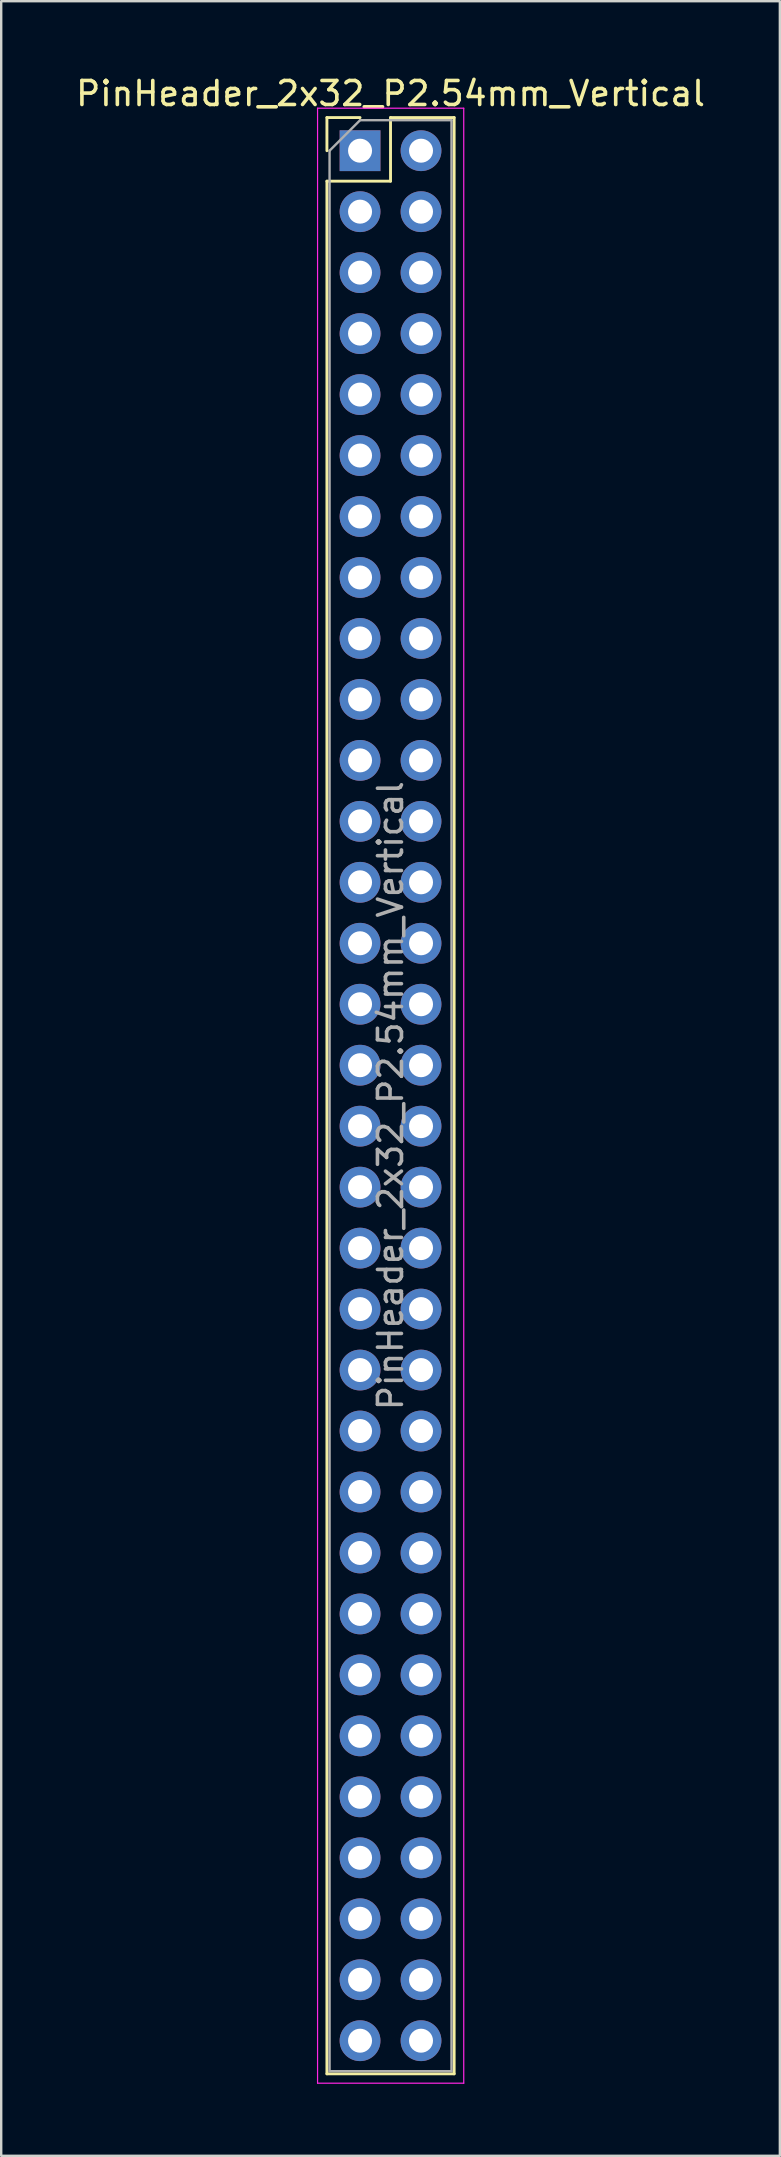
<source format=kicad_pcb>
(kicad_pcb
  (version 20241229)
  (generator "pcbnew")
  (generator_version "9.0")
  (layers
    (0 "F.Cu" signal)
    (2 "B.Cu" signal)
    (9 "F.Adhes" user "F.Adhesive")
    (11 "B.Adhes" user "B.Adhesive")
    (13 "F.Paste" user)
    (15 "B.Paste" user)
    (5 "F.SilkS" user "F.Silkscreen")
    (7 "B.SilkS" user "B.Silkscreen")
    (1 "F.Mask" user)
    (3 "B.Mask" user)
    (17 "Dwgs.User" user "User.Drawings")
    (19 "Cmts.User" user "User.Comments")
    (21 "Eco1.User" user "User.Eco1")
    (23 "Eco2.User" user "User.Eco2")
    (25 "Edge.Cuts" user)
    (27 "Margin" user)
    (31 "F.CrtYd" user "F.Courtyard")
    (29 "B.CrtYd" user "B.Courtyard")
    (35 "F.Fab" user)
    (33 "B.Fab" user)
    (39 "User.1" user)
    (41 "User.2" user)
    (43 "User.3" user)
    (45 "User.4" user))
  (footprint "PinHeader_2x32_P2.54mm_Vertical"
    (layer "F.Cu")
    (at 11.95 3.228)
    (property "Reference" "PinHeader_2x32_P2.54mm_Vertical" (at 1.27 -2.38 0) (layer "F.SilkS") (effects (font (size 1 1) (thickness 0.15))))
    (attr through_hole)
    (fp_line (start -1.38 -1.38) (end 0 -1.38) (stroke (width 0.12) (type solid)) (layer "F.SilkS"))
    (fp_line (start -1.38 0) (end -1.38 -1.38) (stroke (width 0.12) (type solid)) (layer "F.SilkS"))
    (fp_line (start -1.38 1.27) (end -1.38 80.12) (stroke (width 0.12) (type solid)) (layer "F.SilkS"))
    (fp_line (start -1.38 1.27) (end 1.27 1.27) (stroke (width 0.12) (type solid)) (layer "F.SilkS"))
    (fp_line (start -1.38 80.12) (end 3.92 80.12) (stroke (width 0.12) (type solid)) (layer "F.SilkS"))
    (fp_line (start 1.27 -1.38) (end 3.92 -1.38) (stroke (width 0.12) (type solid)) (layer "F.SilkS"))
    (fp_line (start 1.27 1.27) (end 1.27 -1.38) (stroke (width 0.12) (type solid)) (layer "F.SilkS"))
    (fp_line (start 3.92 -1.38) (end 3.92 80.12) (stroke (width 0.12) (type solid)) (layer "F.SilkS"))
    (fp_line (start -1.77 -1.77) (end -1.77 80.51) (stroke (width 0.05) (type solid)) (layer "F.CrtYd"))
    (fp_line (start -1.77 80.51) (end 4.32 80.51) (stroke (width 0.05) (type solid)) (layer "F.CrtYd"))
    (fp_line (start 4.32 -1.77) (end -1.77 -1.77) (stroke (width 0.05) (type solid)) (layer "F.CrtYd"))
    (fp_line (start 4.32 80.51) (end 4.32 -1.77) (stroke (width 0.05) (type solid)) (layer "F.CrtYd"))
    (fp_line (start -1.27 0) (end 0 -1.27) (stroke (width 0.1) (type solid)) (layer "F.Fab"))
    (fp_line (start -1.27 80.01) (end -1.27 0) (stroke (width 0.1) (type solid)) (layer "F.Fab"))
    (fp_line (start 0 -1.27) (end 3.81 -1.27) (stroke (width 0.1) (type solid)) (layer "F.Fab"))
    (fp_line (start 3.81 -1.27) (end 3.81 80.01) (stroke (width 0.1) (type solid)) (layer "F.Fab"))
    (fp_line (start 3.81 80.01) (end -1.27 80.01) (stroke (width 0.1) (type solid)) (layer "F.Fab"))
    (fp_text user "${REFERENCE}" (at 1.27 39.37 90) (layer "F.Fab") (effects (font (size 1 1) (thickness 0.15))))
    (pad "1" thru_hole rect (at 0 0) (size 1.7 1.7) (drill 1) (layers "*.Cu" "*.Mask"))
    (pad "2" thru_hole circle (at 2.54 0) (size 1.7 1.7) (drill 1) (layers "*.Cu" "*.Mask"))
    (pad "3" thru_hole circle (at 0 2.54) (size 1.7 1.7) (drill 1) (layers "*.Cu" "*.Mask"))
    (pad "4" thru_hole circle (at 2.54 2.54) (size 1.7 1.7) (drill 1) (layers "*.Cu" "*.Mask"))
    (pad "5" thru_hole circle (at 0 5.08) (size 1.7 1.7) (drill 1) (layers "*.Cu" "*.Mask"))
    (pad "6" thru_hole circle (at 2.54 5.08) (size 1.7 1.7) (drill 1) (layers "*.Cu" "*.Mask"))
    (pad "7" thru_hole circle (at 0 7.62) (size 1.7 1.7) (drill 1) (layers "*.Cu" "*.Mask"))
    (pad "8" thru_hole circle (at 2.54 7.62) (size 1.7 1.7) (drill 1) (layers "*.Cu" "*.Mask"))
    (pad "9" thru_hole circle (at 0 10.16) (size 1.7 1.7) (drill 1) (layers "*.Cu" "*.Mask"))
    (pad "10" thru_hole circle (at 2.54 10.16) (size 1.7 1.7) (drill 1) (layers "*.Cu" "*.Mask"))
    (pad "11" thru_hole circle (at 0 12.7) (size 1.7 1.7) (drill 1) (layers "*.Cu" "*.Mask"))
    (pad "12" thru_hole circle (at 2.54 12.7) (size 1.7 1.7) (drill 1) (layers "*.Cu" "*.Mask"))
    (pad "13" thru_hole circle (at 0 15.24) (size 1.7 1.7) (drill 1) (layers "*.Cu" "*.Mask"))
    (pad "14" thru_hole circle (at 2.54 15.24) (size 1.7 1.7) (drill 1) (layers "*.Cu" "*.Mask"))
    (pad "15" thru_hole circle (at 0 17.78) (size 1.7 1.7) (drill 1) (layers "*.Cu" "*.Mask"))
    (pad "16" thru_hole circle (at 2.54 17.78) (size 1.7 1.7) (drill 1) (layers "*.Cu" "*.Mask"))
    (pad "17" thru_hole circle (at 0 20.32) (size 1.7 1.7) (drill 1) (layers "*.Cu" "*.Mask"))
    (pad "18" thru_hole circle (at 2.54 20.32) (size 1.7 1.7) (drill 1) (layers "*.Cu" "*.Mask"))
    (pad "19" thru_hole circle (at 0 22.86) (size 1.7 1.7) (drill 1) (layers "*.Cu" "*.Mask"))
    (pad "20" thru_hole circle (at 2.54 22.86) (size 1.7 1.7) (drill 1) (layers "*.Cu" "*.Mask"))
    (pad "21" thru_hole circle (at 0 25.4) (size 1.7 1.7) (drill 1) (layers "*.Cu" "*.Mask"))
    (pad "22" thru_hole circle (at 2.54 25.4) (size 1.7 1.7) (drill 1) (layers "*.Cu" "*.Mask"))
    (pad "23" thru_hole circle (at 0 27.94) (size 1.7 1.7) (drill 1) (layers "*.Cu" "*.Mask"))
    (pad "24" thru_hole circle (at 2.54 27.94) (size 1.7 1.7) (drill 1) (layers "*.Cu" "*.Mask"))
    (pad "25" thru_hole circle (at 0 30.48) (size 1.7 1.7) (drill 1) (layers "*.Cu" "*.Mask"))
    (pad "26" thru_hole circle (at 2.54 30.48) (size 1.7 1.7) (drill 1) (layers "*.Cu" "*.Mask"))
    (pad "27" thru_hole circle (at 0 33.02) (size 1.7 1.7) (drill 1) (layers "*.Cu" "*.Mask"))
    (pad "28" thru_hole circle (at 2.54 33.02) (size 1.7 1.7) (drill 1) (layers "*.Cu" "*.Mask"))
    (pad "29" thru_hole circle (at 0 35.56) (size 1.7 1.7) (drill 1) (layers "*.Cu" "*.Mask"))
    (pad "30" thru_hole circle (at 2.54 35.56) (size 1.7 1.7) (drill 1) (layers "*.Cu" "*.Mask"))
    (pad "31" thru_hole circle (at 0 38.1) (size 1.7 1.7) (drill 1) (layers "*.Cu" "*.Mask"))
    (pad "32" thru_hole circle (at 2.54 38.1) (size 1.7 1.7) (drill 1) (layers "*.Cu" "*.Mask"))
    (pad "33" thru_hole circle (at 0 40.64) (size 1.7 1.7) (drill 1) (layers "*.Cu" "*.Mask"))
    (pad "34" thru_hole circle (at 2.54 40.64) (size 1.7 1.7) (drill 1) (layers "*.Cu" "*.Mask"))
    (pad "35" thru_hole circle (at 0 43.18) (size 1.7 1.7) (drill 1) (layers "*.Cu" "*.Mask"))
    (pad "36" thru_hole circle (at 2.54 43.18) (size 1.7 1.7) (drill 1) (layers "*.Cu" "*.Mask"))
    (pad "37" thru_hole circle (at 0 45.72) (size 1.7 1.7) (drill 1) (layers "*.Cu" "*.Mask"))
    (pad "38" thru_hole circle (at 2.54 45.72) (size 1.7 1.7) (drill 1) (layers "*.Cu" "*.Mask"))
    (pad "39" thru_hole circle (at 0 48.26) (size 1.7 1.7) (drill 1) (layers "*.Cu" "*.Mask"))
    (pad "40" thru_hole circle (at 2.54 48.26) (size 1.7 1.7) (drill 1) (layers "*.Cu" "*.Mask"))
    (pad "41" thru_hole circle (at 0 50.8) (size 1.7 1.7) (drill 1) (layers "*.Cu" "*.Mask"))
    (pad "42" thru_hole circle (at 2.54 50.8) (size 1.7 1.7) (drill 1) (layers "*.Cu" "*.Mask"))
    (pad "43" thru_hole circle (at 0 53.34) (size 1.7 1.7) (drill 1) (layers "*.Cu" "*.Mask"))
    (pad "44" thru_hole circle (at 2.54 53.34) (size 1.7 1.7) (drill 1) (layers "*.Cu" "*.Mask"))
    (pad "45" thru_hole circle (at 0 55.88) (size 1.7 1.7) (drill 1) (layers "*.Cu" "*.Mask"))
    (pad "46" thru_hole circle (at 2.54 55.88) (size 1.7 1.7) (drill 1) (layers "*.Cu" "*.Mask"))
    (pad "47" thru_hole circle (at 0 58.42) (size 1.7 1.7) (drill 1) (layers "*.Cu" "*.Mask"))
    (pad "48" thru_hole circle (at 2.54 58.42) (size 1.7 1.7) (drill 1) (layers "*.Cu" "*.Mask"))
    (pad "49" thru_hole circle (at 0 60.96) (size 1.7 1.7) (drill 1) (layers "*.Cu" "*.Mask"))
    (pad "50" thru_hole circle (at 2.54 60.96) (size 1.7 1.7) (drill 1) (layers "*.Cu" "*.Mask"))
    (pad "51" thru_hole circle (at 0 63.5) (size 1.7 1.7) (drill 1) (layers "*.Cu" "*.Mask"))
    (pad "52" thru_hole circle (at 2.54 63.5) (size 1.7 1.7) (drill 1) (layers "*.Cu" "*.Mask"))
    (pad "53" thru_hole circle (at 0 66.04) (size 1.7 1.7) (drill 1) (layers "*.Cu" "*.Mask"))
    (pad "54" thru_hole circle (at 2.54 66.04) (size 1.7 1.7) (drill 1) (layers "*.Cu" "*.Mask"))
    (pad "55" thru_hole circle (at 0 68.58) (size 1.7 1.7) (drill 1) (layers "*.Cu" "*.Mask"))
    (pad "56" thru_hole circle (at 2.54 68.58) (size 1.7 1.7) (drill 1) (layers "*.Cu" "*.Mask"))
    (pad "57" thru_hole circle (at 0 71.12) (size 1.7 1.7) (drill 1) (layers "*.Cu" "*.Mask"))
    (pad "58" thru_hole circle (at 2.54 71.12) (size 1.7 1.7) (drill 1) (layers "*.Cu" "*.Mask"))
    (pad "59" thru_hole circle (at 0 73.66) (size 1.7 1.7) (drill 1) (layers "*.Cu" "*.Mask"))
    (pad "60" thru_hole circle (at 2.54 73.66) (size 1.7 1.7) (drill 1) (layers "*.Cu" "*.Mask"))
    (pad "61" thru_hole circle (at 0 76.2) (size 1.7 1.7) (drill 1) (layers "*.Cu" "*.Mask"))
    (pad "62" thru_hole circle (at 2.54 76.2) (size 1.7 1.7) (drill 1) (layers "*.Cu" "*.Mask"))
    (pad "63" thru_hole circle (at 0 78.74) (size 1.7 1.7) (drill 1) (layers "*.Cu" "*.Mask"))
    (pad "64" thru_hole circle (at 2.54 78.74) (size 1.7 1.7) (drill 1) (layers "*.Cu" "*.Mask")))
  (gr_rect
    (start -3 -3)
    (end 29.44 86.763)
    (stroke (width 0.1) (type default))
    (fill no)
    (layer "Edge.Cuts")))
</source>
